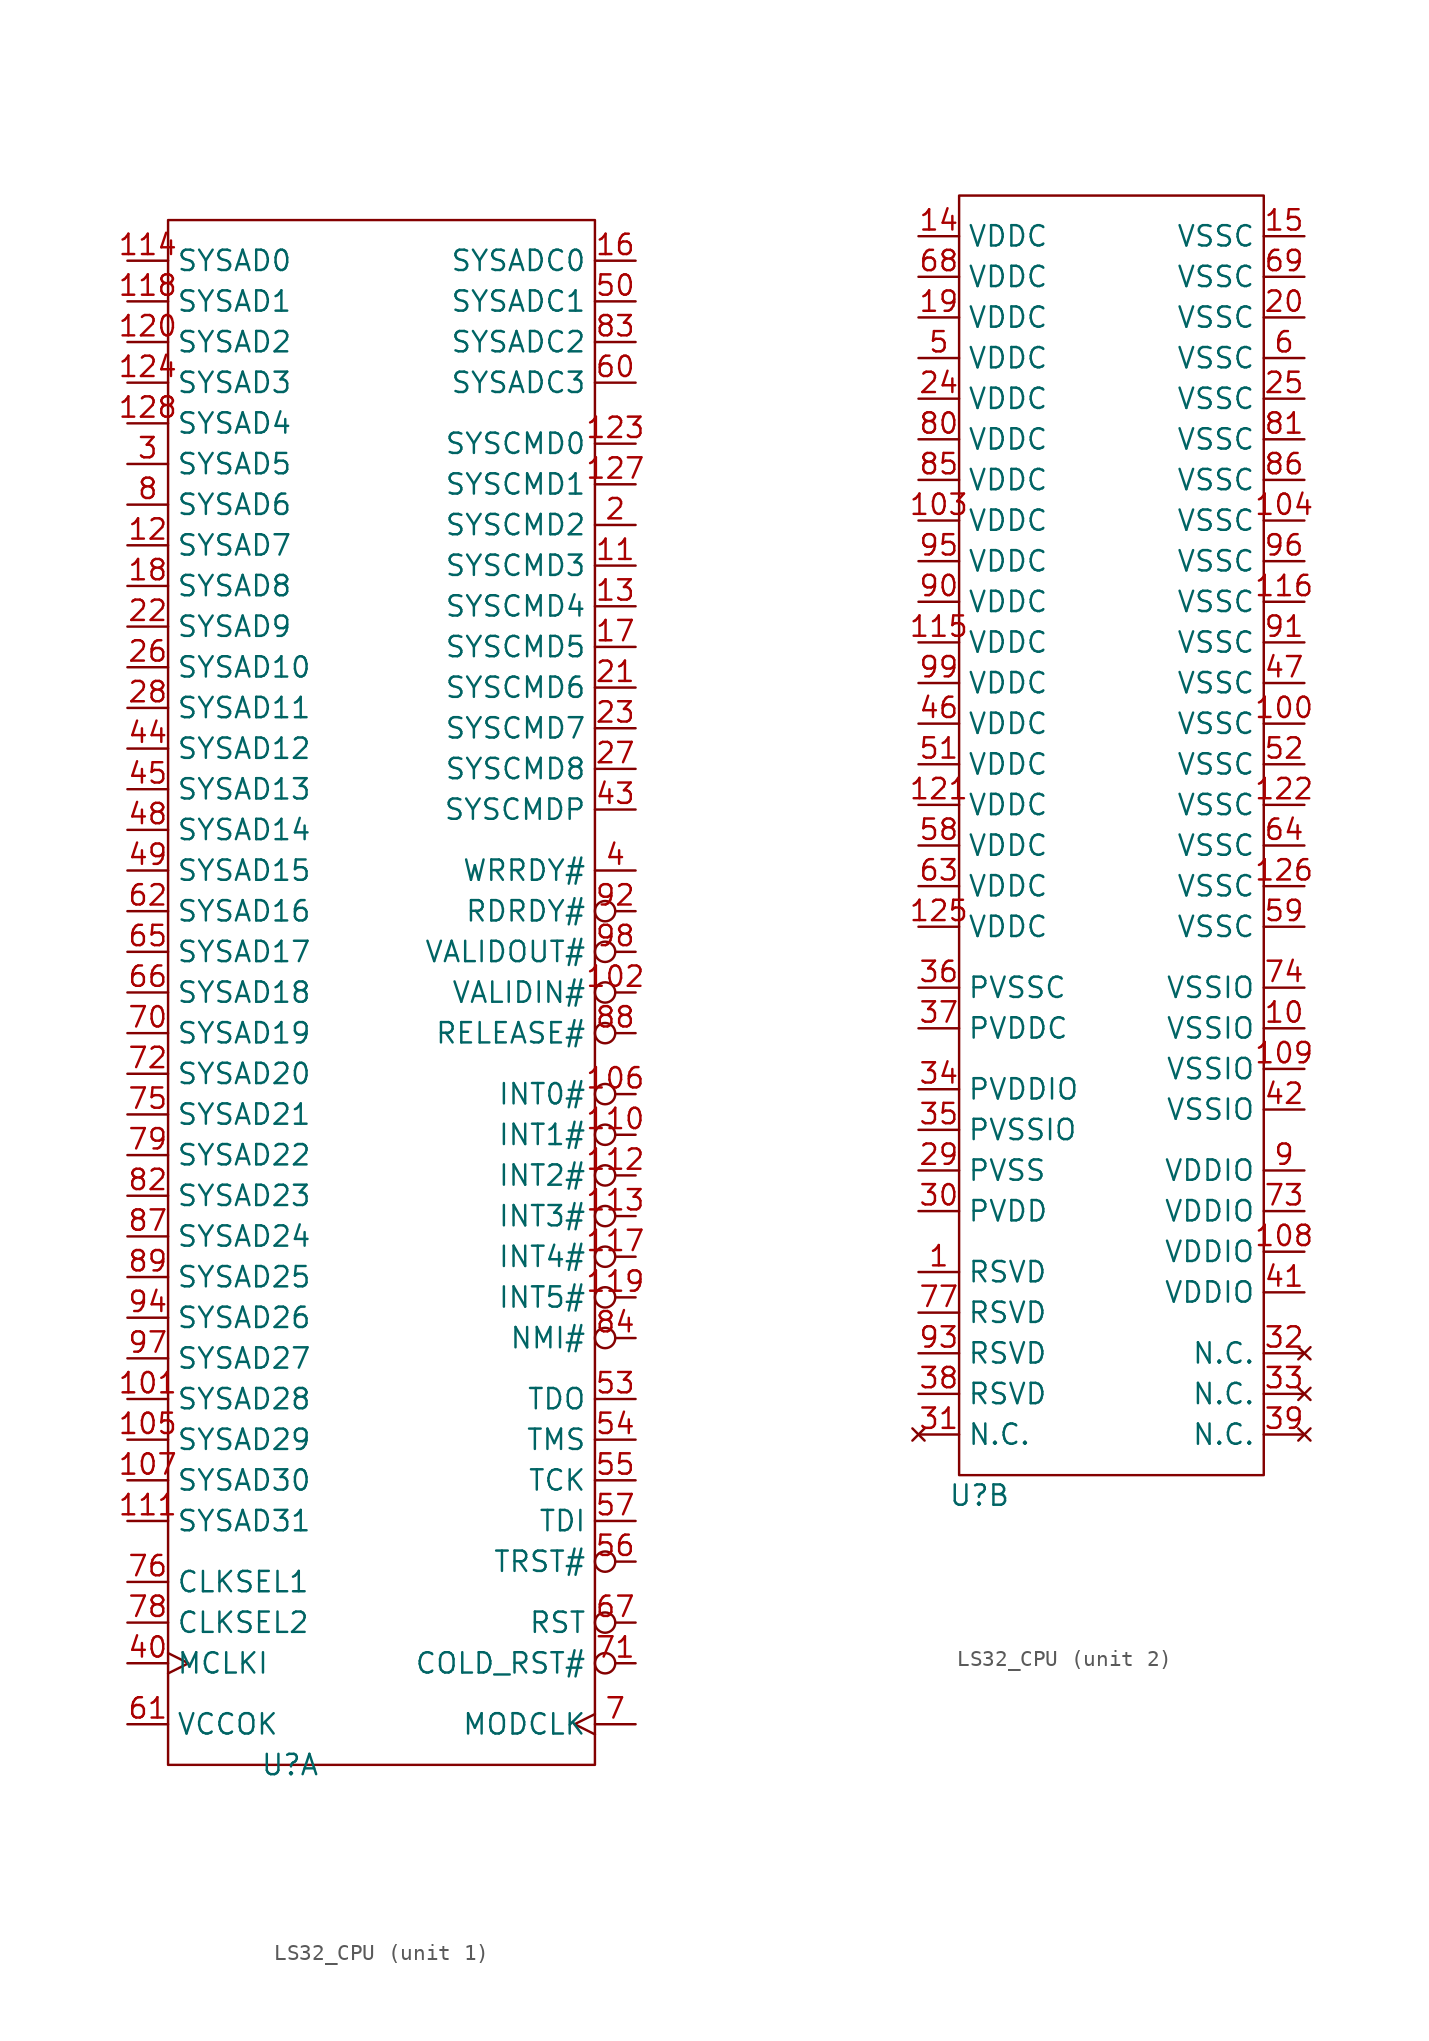
<source format=kicad_sym>
(kicad_symbol_lib
  (version 20220914)
  (generator kicad_symbol_editor)
  (symbol "LS32_CPU"
    (property "Reference" "U"
      (at 11.43 0 0)
      (effects (font (size 1.27 1.27))))
    (property "Value" ""
      (at 1.27 16.51 0)
      (effects (font (size 1.27 1.27))))
    (property "ki_locked" ""
      (at 0 0 0)
      (effects (font (size 1.27 1.27))))
    (symbol "LS32_CPU_1_0"
      (pin bidirectional line (at 1.27 22.86 0) (length 2.54) (name "SYSAD28" (effects (font (size 1.27 1.27)))) (number "101" (effects (font (size 1.27 1.27)))))
      (pin input inverted (at 33.02 48.26 180) (length 2.54) (name "VALIDIN#" (effects (font (size 1.27 1.27)))) (number "102" (effects (font (size 1.27 1.27)))))
      (pin bidirectional line (at 1.27 20.32 0) (length 2.54) (name "SYSAD29" (effects (font (size 1.27 1.27)))) (number "105" (effects (font (size 1.27 1.27)))))
      (pin input inverted (at 33.02 41.91 180) (length 2.54) (name "INT0#" (effects (font (size 1.27 1.27)))) (number "106" (effects (font (size 1.27 1.27)))))
      (pin bidirectional line (at 1.27 17.78 0) (length 2.54) (name "SYSAD30" (effects (font (size 1.27 1.27)))) (number "107" (effects (font (size 1.27 1.27)))))
      (pin bidirectional line (at 33.02 74.93 180) (length 2.54) (name "SYSCMD3" (effects (font (size 1.27 1.27)))) (number "11" (effects (font (size 1.27 1.27)))))
      (pin input inverted (at 33.02 39.37 180) (length 2.54) (name "INT1#" (effects (font (size 1.27 1.27)))) (number "110" (effects (font (size 1.27 1.27)))))
      (pin bidirectional line (at 1.27 15.24 0) (length 2.54) (name "SYSAD31" (effects (font (size 1.27 1.27)))) (number "111" (effects (font (size 1.27 1.27)))))
      (pin input inverted (at 33.02 36.83 180) (length 2.54) (name "INT2#" (effects (font (size 1.27 1.27)))) (number "112" (effects (font (size 1.27 1.27)))))
      (pin input inverted (at 33.02 34.29 180) (length 2.54) (name "INT3#" (effects (font (size 1.27 1.27)))) (number "113" (effects (font (size 1.27 1.27)))))
      (pin bidirectional line (at 1.27 93.98 0) (length 2.54) (name "SYSAD0" (effects (font (size 1.27 1.27)))) (number "114" (effects (font (size 1.27 1.27)))))
      (pin input inverted (at 33.02 31.75 180) (length 2.54) (name "INT4#" (effects (font (size 1.27 1.27)))) (number "117" (effects (font (size 1.27 1.27)))))
      (pin bidirectional line (at 1.27 91.44 0) (length 2.54) (name "SYSAD1" (effects (font (size 1.27 1.27)))) (number "118" (effects (font (size 1.27 1.27)))))
      (pin input inverted (at 33.02 29.21 180) (length 2.54) (name "INT5#" (effects (font (size 1.27 1.27)))) (number "119" (effects (font (size 1.27 1.27)))))
      (pin bidirectional line (at 1.27 76.2 0) (length 2.54) (name "SYSAD7" (effects (font (size 1.27 1.27)))) (number "12" (effects (font (size 1.27 1.27)))))
      (pin bidirectional line (at 1.27 88.9 0) (length 2.54) (name "SYSAD2" (effects (font (size 1.27 1.27)))) (number "120" (effects (font (size 1.27 1.27)))))
      (pin bidirectional line (at 33.02 82.55 180) (length 2.54) (name "SYSCMD0" (effects (font (size 1.27 1.27)))) (number "123" (effects (font (size 1.27 1.27)))))
      (pin bidirectional line (at 1.27 86.36 0) (length 2.54) (name "SYSAD3" (effects (font (size 1.27 1.27)))) (number "124" (effects (font (size 1.27 1.27)))))
      (pin bidirectional line (at 33.02 80.01 180) (length 2.54) (name "SYSCMD1" (effects (font (size 1.27 1.27)))) (number "127" (effects (font (size 1.27 1.27)))))
      (pin bidirectional line (at 1.27 83.82 0) (length 2.54) (name "SYSAD4" (effects (font (size 1.27 1.27)))) (number "128" (effects (font (size 1.27 1.27)))))
      (pin bidirectional line (at 33.02 72.39 180) (length 2.54) (name "SYSCMD4" (effects (font (size 1.27 1.27)))) (number "13" (effects (font (size 1.27 1.27)))))
      (pin bidirectional line (at 33.02 93.98 180) (length 2.54) (name "SYSADC0" (effects (font (size 1.27 1.27)))) (number "16" (effects (font (size 1.27 1.27)))))
      (pin bidirectional line (at 33.02 69.85 180) (length 2.54) (name "SYSCMD5" (effects (font (size 1.27 1.27)))) (number "17" (effects (font (size 1.27 1.27)))))
      (pin bidirectional line (at 1.27 73.66 0) (length 2.54) (name "SYSAD8" (effects (font (size 1.27 1.27)))) (number "18" (effects (font (size 1.27 1.27)))))
      (pin bidirectional line (at 33.02 67.31 180) (length 2.54) (name "SYSCMD6" (effects (font (size 1.27 1.27)))) (number "21" (effects (font (size 1.27 1.27)))))
      (pin bidirectional line (at 1.27 71.12 0) (length 2.54) (name "SYSAD9" (effects (font (size 1.27 1.27)))) (number "22" (effects (font (size 1.27 1.27)))))
      (pin bidirectional line (at 33.02 64.77 180) (length 2.54) (name "SYSCMD7" (effects (font (size 1.27 1.27)))) (number "23" (effects (font (size 1.27 1.27)))))
      (pin bidirectional line (at 1.27 68.58 0) (length 2.54) (name "SYSAD10" (effects (font (size 1.27 1.27)))) (number "26" (effects (font (size 1.27 1.27)))))
      (pin bidirectional line (at 33.02 62.23 180) (length 2.54) (name "SYSCMD8" (effects (font (size 1.27 1.27)))) (number "27" (effects (font (size 1.27 1.27)))))
      (pin bidirectional line (at 1.27 66.04 0) (length 2.54) (name "SYSAD11" (effects (font (size 1.27 1.27)))) (number "28" (effects (font (size 1.27 1.27)))))
      (pin input line (at 33.02 55.88 180) (length 2.54) (name "WRRDY#" (effects (font (size 1.27 1.27)))) (number "4" (effects (font (size 1.27 1.27)))))
      (pin input clock (at 1.27 6.35 0) (length 2.54) (name "MCLKI" (effects (font (size 1.27 1.27)))) (number "40" (effects (font (size 1.27 1.27)))))
      (pin bidirectional line (at 33.02 59.69 180) (length 2.54) (name "SYSCMDP" (effects (font (size 1.27 1.27)))) (number "43" (effects (font (size 1.27 1.27)))))
      (pin bidirectional line (at 1.27 63.5 0) (length 2.54) (name "SYSAD12" (effects (font (size 1.27 1.27)))) (number "44" (effects (font (size 1.27 1.27)))))
      (pin bidirectional line (at 1.27 60.96 0) (length 2.54) (name "SYSAD13" (effects (font (size 1.27 1.27)))) (number "45" (effects (font (size 1.27 1.27)))))
      (pin bidirectional line (at 1.27 58.42 0) (length 2.54) (name "SYSAD14" (effects (font (size 1.27 1.27)))) (number "48" (effects (font (size 1.27 1.27)))))
      (pin bidirectional line (at 1.27 55.88 0) (length 2.54) (name "SYSAD15" (effects (font (size 1.27 1.27)))) (number "49" (effects (font (size 1.27 1.27)))))
      (pin bidirectional line (at 33.02 91.44 180) (length 2.54) (name "SYSADC1" (effects (font (size 1.27 1.27)))) (number "50" (effects (font (size 1.27 1.27)))))
      (pin output line (at 33.02 22.86 180) (length 2.54) (name "TDO" (effects (font (size 1.27 1.27)))) (number "53" (effects (font (size 1.27 1.27)))))
      (pin input line (at 33.02 20.32 180) (length 2.54) (name "TMS" (effects (font (size 1.27 1.27)))) (number "54" (effects (font (size 1.27 1.27)))))
      (pin input line (at 33.02 17.78 180) (length 2.54) (name "TCK" (effects (font (size 1.27 1.27)))) (number "55" (effects (font (size 1.27 1.27)))))
      (pin input inverted (at 33.02 12.7 180) (length 2.54) (name "TRST#" (effects (font (size 1.27 1.27)))) (number "56" (effects (font (size 1.27 1.27)))))
      (pin input line (at 33.02 15.24 180) (length 2.54) (name "TDI" (effects (font (size 1.27 1.27)))) (number "57" (effects (font (size 1.27 1.27)))))
      (pin bidirectional line (at 33.02 86.36 180) (length 2.54) (name "SYSADC3" (effects (font (size 1.27 1.27)))) (number "60" (effects (font (size 1.27 1.27)))))
      (pin input line (at 1.27 2.54 0) (length 2.54) (name "VCCOK" (effects (font (size 1.27 1.27)))) (number "61" (effects (font (size 1.27 1.27)))))
      (pin bidirectional line (at 1.27 53.34 0) (length 2.54) (name "SYSAD16" (effects (font (size 1.27 1.27)))) (number "62" (effects (font (size 1.27 1.27)))))
      (pin bidirectional line (at 1.27 50.8 0) (length 2.54) (name "SYSAD17" (effects (font (size 1.27 1.27)))) (number "65" (effects (font (size 1.27 1.27)))))
      (pin bidirectional line (at 1.27 48.26 0) (length 2.54) (name "SYSAD18" (effects (font (size 1.27 1.27)))) (number "66" (effects (font (size 1.27 1.27)))))
      (pin input inverted (at 33.02 8.89 180) (length 2.54) (name "RST" (effects (font (size 1.27 1.27)))) (number "67" (effects (font (size 1.27 1.27)))))
      (pin output clock (at 33.02 2.54 180) (length 2.54) (name "MODCLK" (effects (font (size 1.27 1.27)))) (number "7" (effects (font (size 1.27 1.27)))))
      (pin bidirectional line (at 1.27 45.72 0) (length 2.54) (name "SYSAD19" (effects (font (size 1.27 1.27)))) (number "70" (effects (font (size 1.27 1.27)))))
      (pin input inverted (at 33.02 6.35 180) (length 2.54) (name "COLD_RST#" (effects (font (size 1.27 1.27)))) (number "71" (effects (font (size 1.27 1.27)))))
      (pin bidirectional line (at 1.27 43.18 0) (length 2.54) (name "SYSAD20" (effects (font (size 1.27 1.27)))) (number "72" (effects (font (size 1.27 1.27)))))
      (pin bidirectional line (at 1.27 40.64 0) (length 2.54) (name "SYSAD21" (effects (font (size 1.27 1.27)))) (number "75" (effects (font (size 1.27 1.27)))))
      (pin input line (at 1.27 11.43 0) (length 2.54) (name "CLKSEL1" (effects (font (size 1.27 1.27)))) (number "76" (effects (font (size 1.27 1.27)))))
      (pin input line (at 1.27 8.89 0) (length 2.54) (name "CLKSEL2" (effects (font (size 1.27 1.27)))) (number "78" (effects (font (size 1.27 1.27)))))
      (pin bidirectional line (at 1.27 38.1 0) (length 2.54) (name "SYSAD22" (effects (font (size 1.27 1.27)))) (number "79" (effects (font (size 1.27 1.27)))))
      (pin bidirectional line (at 1.27 78.74 0) (length 2.54) (name "SYSAD6" (effects (font (size 1.27 1.27)))) (number "8" (effects (font (size 1.27 1.27)))))
      (pin bidirectional line (at 1.27 35.56 0) (length 2.54) (name "SYSAD23" (effects (font (size 1.27 1.27)))) (number "82" (effects (font (size 1.27 1.27)))))
      (pin bidirectional line (at 33.02 88.9 180) (length 2.54) (name "SYSADC2" (effects (font (size 1.27 1.27)))) (number "83" (effects (font (size 1.27 1.27)))))
      (pin input inverted (at 33.02 26.67 180) (length 2.54) (name "NMI#" (effects (font (size 1.27 1.27)))) (number "84" (effects (font (size 1.27 1.27)))))
      (pin bidirectional line (at 1.27 33.02 0) (length 2.54) (name "SYSAD24" (effects (font (size 1.27 1.27)))) (number "87" (effects (font (size 1.27 1.27)))))
      (pin output inverted (at 33.02 45.72 180) (length 2.54) (name "RELEASE#" (effects (font (size 1.27 1.27)))) (number "88" (effects (font (size 1.27 1.27)))))
      (pin bidirectional line (at 1.27 30.48 0) (length 2.54) (name "SYSAD25" (effects (font (size 1.27 1.27)))) (number "89" (effects (font (size 1.27 1.27)))))
      (pin output inverted (at 33.02 53.34 180) (length 2.54) (name "RDRDY#" (effects (font (size 1.27 1.27)))) (number "92" (effects (font (size 1.27 1.27)))))
      (pin bidirectional line (at 1.27 27.94 0) (length 2.54) (name "SYSAD26" (effects (font (size 1.27 1.27)))) (number "94" (effects (font (size 1.27 1.27)))))
      (pin bidirectional line (at 1.27 25.4 0) (length 2.54) (name "SYSAD27" (effects (font (size 1.27 1.27)))) (number "97" (effects (font (size 1.27 1.27)))))
      (pin output inverted (at 33.02 50.8 180) (length 2.54) (name "VALIDOUT#" (effects (font (size 1.27 1.27)))) (number "98" (effects (font (size 1.27 1.27))))))
    (symbol "LS32_CPU_1_1"
      (rectangle (start 3.81 96.52) (end 30.48 0) (stroke (width 0) (type default)) (fill (type none)))
      (pin bidirectional line (at 33.02 77.47 180) (length 2.54) (name "SYSCMD2" (effects (font (size 1.27 1.27)))) (number "2" (effects (font (size 1.27 1.27)))))
      (pin bidirectional line (at 1.27 81.28 0) (length 2.54) (name "SYSAD5" (effects (font (size 1.27 1.27)))) (number "3" (effects (font (size 1.27 1.27))))))
    (symbol "LS32_CPU_2_0"
      (pin power_in line (at 31.75 29.21 180) (length 2.54) (name "VSSIO" (effects (font (size 1.27 1.27)))) (number "10" (effects (font (size 1.27 1.27)))))
      (pin power_in line (at 31.75 48.26 180) (length 2.54) (name "VSSC" (effects (font (size 1.27 1.27)))) (number "100" (effects (font (size 1.27 1.27)))))
      (pin power_in line (at 7.62 60.96 0) (length 2.54) (name "VDDC" (effects (font (size 1.27 1.27)))) (number "103" (effects (font (size 1.27 1.27)))))
      (pin power_in line (at 31.75 60.96 180) (length 2.54) (name "VSSC" (effects (font (size 1.27 1.27)))) (number "104" (effects (font (size 1.27 1.27)))))
      (pin power_in line (at 31.75 15.24 180) (length 2.54) (name "VDDIO" (effects (font (size 1.27 1.27)))) (number "108" (effects (font (size 1.27 1.27)))))
      (pin power_in line (at 31.75 26.67 180) (length 2.54) (name "VSSIO" (effects (font (size 1.27 1.27)))) (number "109" (effects (font (size 1.27 1.27)))))
      (pin power_in line (at 7.62 53.34 0) (length 2.54) (name "VDDC" (effects (font (size 1.27 1.27)))) (number "115" (effects (font (size 1.27 1.27)))))
      (pin power_in line (at 31.75 55.88 180) (length 2.54) (name "VSSC" (effects (font (size 1.27 1.27)))) (number "116" (effects (font (size 1.27 1.27)))))
      (pin power_in line (at 7.62 43.18 0) (length 2.54) (name "VDDC" (effects (font (size 1.27 1.27)))) (number "121" (effects (font (size 1.27 1.27)))))
      (pin power_in line (at 31.75 43.18 180) (length 2.54) (name "VSSC" (effects (font (size 1.27 1.27)))) (number "122" (effects (font (size 1.27 1.27)))))
      (pin power_in line (at 7.62 35.56 0) (length 2.54) (name "VDDC" (effects (font (size 1.27 1.27)))) (number "125" (effects (font (size 1.27 1.27)))))
      (pin power_in line (at 31.75 38.1 180) (length 2.54) (name "VSSC" (effects (font (size 1.27 1.27)))) (number "126" (effects (font (size 1.27 1.27)))))
      (pin power_in line (at 7.62 78.74 0) (length 2.54) (name "VDDC" (effects (font (size 1.27 1.27)))) (number "14" (effects (font (size 1.27 1.27)))))
      (pin power_in line (at 31.75 78.74 180) (length 2.54) (name "VSSC" (effects (font (size 1.27 1.27)))) (number "15" (effects (font (size 1.27 1.27)))))
      (pin power_in line (at 7.62 73.66 0) (length 2.54) (name "VDDC" (effects (font (size 1.27 1.27)))) (number "19" (effects (font (size 1.27 1.27)))))
      (pin power_in line (at 31.75 73.66 180) (length 2.54) (name "VSSC" (effects (font (size 1.27 1.27)))) (number "20" (effects (font (size 1.27 1.27)))))
      (pin power_in line (at 7.62 68.58 0) (length 2.54) (name "VDDC" (effects (font (size 1.27 1.27)))) (number "24" (effects (font (size 1.27 1.27)))))
      (pin power_in line (at 31.75 68.58 180) (length 2.54) (name "VSSC" (effects (font (size 1.27 1.27)))) (number "25" (effects (font (size 1.27 1.27)))))
      (pin power_in line (at 7.62 20.32 0) (length 2.54) (name "PVSS" (effects (font (size 1.27 1.27)))) (number "29" (effects (font (size 1.27 1.27)))))
      (pin power_in line (at 7.62 17.78 0) (length 2.54) (name "PVDD" (effects (font (size 1.27 1.27)))) (number "30" (effects (font (size 1.27 1.27)))))
      (pin no_connect line (at 7.62 3.81 0) (length 2.54) (name "N.C." (effects (font (size 1.27 1.27)))) (number "31" (effects (font (size 1.27 1.27)))))
      (pin no_connect line (at 31.75 8.89 180) (length 2.54) (name "N.C." (effects (font (size 1.27 1.27)))) (number "32" (effects (font (size 1.27 1.27)))))
      (pin no_connect line (at 31.75 6.35 180) (length 2.54) (name "N.C." (effects (font (size 1.27 1.27)))) (number "33" (effects (font (size 1.27 1.27)))))
      (pin power_in line (at 7.62 25.4 0) (length 2.54) (name "PVDDIO" (effects (font (size 1.27 1.27)))) (number "34" (effects (font (size 1.27 1.27)))))
      (pin power_in line (at 7.62 22.86 0) (length 2.54) (name "PVSSIO" (effects (font (size 1.27 1.27)))) (number "35" (effects (font (size 1.27 1.27)))))
      (pin power_in line (at 7.62 31.75 0) (length 2.54) (name "PVSSC" (effects (font (size 1.27 1.27)))) (number "36" (effects (font (size 1.27 1.27)))))
      (pin power_in line (at 7.62 29.21 0) (length 2.54) (name "PVDDC" (effects (font (size 1.27 1.27)))) (number "37" (effects (font (size 1.27 1.27)))))
      (pin unspecified line (at 7.62 6.35 0) (length 2.54) (name "RSVD" (effects (font (size 1.27 1.27)))) (number "38" (effects (font (size 1.27 1.27)))))
      (pin no_connect line (at 31.75 3.81 180) (length 2.54) (name "N.C." (effects (font (size 1.27 1.27)))) (number "39" (effects (font (size 1.27 1.27)))))
      (pin power_in line (at 31.75 12.7 180) (length 2.54) (name "VDDIO" (effects (font (size 1.27 1.27)))) (number "41" (effects (font (size 1.27 1.27)))))
      (pin power_in line (at 31.75 24.13 180) (length 2.54) (name "VSSIO" (effects (font (size 1.27 1.27)))) (number "42" (effects (font (size 1.27 1.27)))))
      (pin power_in line (at 7.62 48.26 0) (length 2.54) (name "VDDC" (effects (font (size 1.27 1.27)))) (number "46" (effects (font (size 1.27 1.27)))))
      (pin power_in line (at 31.75 50.8 180) (length 2.54) (name "VSSC" (effects (font (size 1.27 1.27)))) (number "47" (effects (font (size 1.27 1.27)))))
      (pin power_in line (at 7.62 71.12 0) (length 2.54) (name "VDDC" (effects (font (size 1.27 1.27)))) (number "5" (effects (font (size 1.27 1.27)))))
      (pin power_in line (at 7.62 45.72 0) (length 2.54) (name "VDDC" (effects (font (size 1.27 1.27)))) (number "51" (effects (font (size 1.27 1.27)))))
      (pin power_in line (at 31.75 45.72 180) (length 2.54) (name "VSSC" (effects (font (size 1.27 1.27)))) (number "52" (effects (font (size 1.27 1.27)))))
      (pin power_in line (at 7.62 40.64 0) (length 2.54) (name "VDDC" (effects (font (size 1.27 1.27)))) (number "58" (effects (font (size 1.27 1.27)))))
      (pin power_in line (at 31.75 35.56 180) (length 2.54) (name "VSSC" (effects (font (size 1.27 1.27)))) (number "59" (effects (font (size 1.27 1.27)))))
      (pin power_in line (at 31.75 71.12 180) (length 2.54) (name "VSSC" (effects (font (size 1.27 1.27)))) (number "6" (effects (font (size 1.27 1.27)))))
      (pin power_in line (at 7.62 38.1 0) (length 2.54) (name "VDDC" (effects (font (size 1.27 1.27)))) (number "63" (effects (font (size 1.27 1.27)))))
      (pin power_in line (at 31.75 40.64 180) (length 2.54) (name "VSSC" (effects (font (size 1.27 1.27)))) (number "64" (effects (font (size 1.27 1.27)))))
      (pin power_in line (at 7.62 76.2 0) (length 2.54) (name "VDDC" (effects (font (size 1.27 1.27)))) (number "68" (effects (font (size 1.27 1.27)))))
      (pin power_in line (at 31.75 76.2 180) (length 2.54) (name "VSSC" (effects (font (size 1.27 1.27)))) (number "69" (effects (font (size 1.27 1.27)))))
      (pin power_in line (at 31.75 17.78 180) (length 2.54) (name "VDDIO" (effects (font (size 1.27 1.27)))) (number "73" (effects (font (size 1.27 1.27)))))
      (pin power_in line (at 31.75 31.75 180) (length 2.54) (name "VSSIO" (effects (font (size 1.27 1.27)))) (number "74" (effects (font (size 1.27 1.27)))))
      (pin unspecified line (at 7.62 11.43 0) (length 2.54) (name "RSVD" (effects (font (size 1.27 1.27)))) (number "77" (effects (font (size 1.27 1.27)))))
      (pin power_in line (at 7.62 66.04 0) (length 2.54) (name "VDDC" (effects (font (size 1.27 1.27)))) (number "80" (effects (font (size 1.27 1.27)))))
      (pin power_in line (at 31.75 66.04 180) (length 2.54) (name "VSSC" (effects (font (size 1.27 1.27)))) (number "81" (effects (font (size 1.27 1.27)))))
      (pin power_in line (at 7.62 63.5 0) (length 2.54) (name "VDDC" (effects (font (size 1.27 1.27)))) (number "85" (effects (font (size 1.27 1.27)))))
      (pin power_in line (at 31.75 63.5 180) (length 2.54) (name "VSSC" (effects (font (size 1.27 1.27)))) (number "86" (effects (font (size 1.27 1.27)))))
      (pin power_in line (at 31.75 20.32 180) (length 2.54) (name "VDDIO" (effects (font (size 1.27 1.27)))) (number "9" (effects (font (size 1.27 1.27)))))
      (pin power_in line (at 7.62 55.88 0) (length 2.54) (name "VDDC" (effects (font (size 1.27 1.27)))) (number "90" (effects (font (size 1.27 1.27)))))
      (pin power_in line (at 31.75 53.34 180) (length 2.54) (name "VSSC" (effects (font (size 1.27 1.27)))) (number "91" (effects (font (size 1.27 1.27)))))
      (pin unspecified line (at 7.62 8.89 0) (length 2.54) (name "RSVD" (effects (font (size 1.27 1.27)))) (number "93" (effects (font (size 1.27 1.27)))))
      (pin power_in line (at 7.62 58.42 0) (length 2.54) (name "VDDC" (effects (font (size 1.27 1.27)))) (number "95" (effects (font (size 1.27 1.27)))))
      (pin power_in line (at 31.75 58.42 180) (length 2.54) (name "VSSC" (effects (font (size 1.27 1.27)))) (number "96" (effects (font (size 1.27 1.27)))))
      (pin power_in line (at 7.62 50.8 0) (length 2.54) (name "VDDC" (effects (font (size 1.27 1.27)))) (number "99" (effects (font (size 1.27 1.27))))))
    (symbol "LS32_CPU_2_1"
      (rectangle (start 10.16 81.28) (end 29.21 1.27) (stroke (width 0) (type default)) (fill (type none)))
      (pin unspecified line (at 7.62 13.97 0) (length 2.54) (name "RSVD" (effects (font (size 1.27 1.27)))) (number "1" (effects (font (size 1.27 1.27))))))))
</source>
